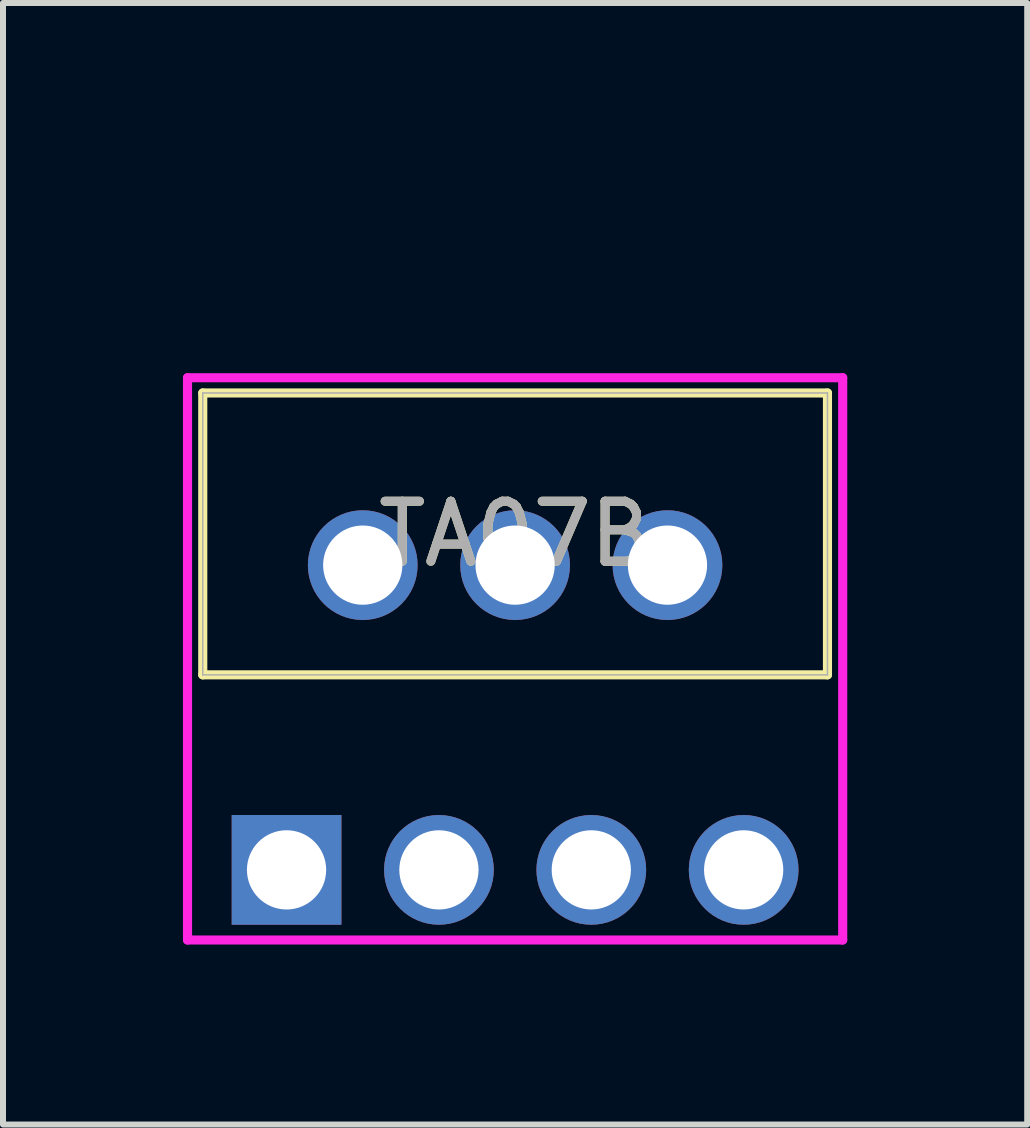
<source format=kicad_pcb>
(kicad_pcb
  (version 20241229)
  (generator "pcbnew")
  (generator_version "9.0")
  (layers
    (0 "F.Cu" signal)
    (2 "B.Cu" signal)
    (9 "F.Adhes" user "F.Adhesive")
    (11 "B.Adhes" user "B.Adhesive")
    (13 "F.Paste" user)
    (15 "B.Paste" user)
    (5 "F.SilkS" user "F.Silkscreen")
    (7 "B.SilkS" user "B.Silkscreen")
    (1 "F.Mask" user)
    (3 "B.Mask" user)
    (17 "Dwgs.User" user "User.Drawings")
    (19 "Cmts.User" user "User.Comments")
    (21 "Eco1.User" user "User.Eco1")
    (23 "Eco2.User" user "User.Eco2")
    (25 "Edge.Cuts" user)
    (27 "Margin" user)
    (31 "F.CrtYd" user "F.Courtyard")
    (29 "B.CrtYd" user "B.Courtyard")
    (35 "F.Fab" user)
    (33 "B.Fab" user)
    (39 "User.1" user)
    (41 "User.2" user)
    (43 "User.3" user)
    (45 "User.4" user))
  (footprint "TA07B"
    (layer "F.Cu")
    (at 9.347 0.25)
    (property "Reference" "TA07B" (at -3.81 5.601 0) (unlocked yes) (layer "F.SilkS") (effects (font (size 1 1) (thickness 0.15))))
    (attr through_hole)
    (fp_line (start -9.017 3.251) (end -9.017 7.95) (stroke (width 0.152) (type solid)) (layer "F.SilkS"))
    (fp_line (start -9.017 7.95) (end 1.397 7.95) (stroke (width 0.152) (type solid)) (layer "F.SilkS"))
    (fp_line (start 1.397 3.251) (end -9.017 3.251) (stroke (width 0.152) (type solid)) (layer "F.SilkS"))
    (fp_line (start 1.397 7.95) (end 1.397 3.251) (stroke (width 0.152) (type solid)) (layer "F.SilkS"))
    (fp_line (start -9.271 2.997) (end -9.271 12.37) (stroke (width 0.152) (type solid)) (layer "F.CrtYd"))
    (fp_line (start -9.271 12.37) (end 1.651 12.37) (stroke (width 0.152) (type solid)) (layer "F.CrtYd"))
    (fp_line (start 1.651 2.997) (end -9.271 2.997) (stroke (width 0.152) (type solid)) (layer "F.CrtYd"))
    (fp_line (start 1.651 12.37) (end 1.651 2.997) (stroke (width 0.152) (type solid)) (layer "F.CrtYd"))
    (fp_line (start -9.017 3.251) (end -9.017 7.95) (stroke (width 0.025) (type solid)) (layer "F.Fab"))
    (fp_line (start -9.017 7.95) (end 1.397 7.95) (stroke (width 0.025) (type solid)) (layer "F.Fab"))
    (fp_line (start 1.397 3.251) (end -9.017 3.251) (stroke (width 0.025) (type solid)) (layer "F.Fab"))
    (fp_line (start 1.397 7.95) (end 1.397 3.251) (stroke (width 0.025) (type solid)) (layer "F.Fab"))
    (fp_text user "${REFERENCE}" (at -3.81 5.601 0) (unlocked yes) (layer "F.Fab") (effects (font (size 1 1) (thickness 0.15))))
    (pad "1" thru_hole rect (at -7.62 11.201) (size 1.829 1.829) (drill 1.321) (layers "*.Cu" "*.Mask"))
    (pad "2" thru_hole circle (at -6.35 6.121) (size 1.829 1.829) (drill 1.321) (layers "*.Cu" "*.Mask"))
    (pad "3" thru_hole circle (at -5.08 11.201) (size 1.829 1.829) (drill 1.321) (layers "*.Cu" "*.Mask"))
    (pad "4" thru_hole circle (at -3.81 6.121) (size 1.829 1.829) (drill 1.321) (layers "*.Cu" "*.Mask"))
    (pad "5" thru_hole circle (at -2.54 11.201) (size 1.829 1.829) (drill 1.321) (layers "*.Cu" "*.Mask"))
    (pad "6" thru_hole circle (at -1.27 6.121) (size 1.829 1.829) (drill 1.321) (layers "*.Cu" "*.Mask"))
    (pad "7" thru_hole circle (at 0 11.201) (size 1.829 1.829) (drill 1.321) (layers "*.Cu" "*.Mask")))
  (gr_rect
    (start -3 -3)
    (end 14.074 15.696)
    (stroke (width 0.1) (type default))
    (fill no)
    (layer "Edge.Cuts")))
</source>
